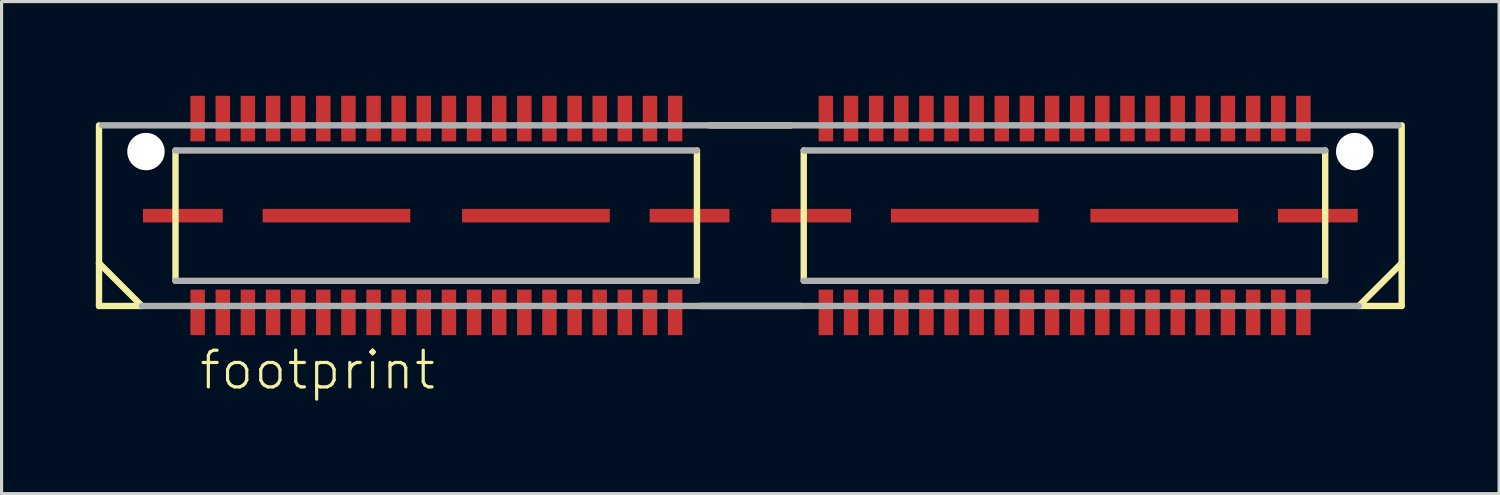
<source format=kicad_pcb>
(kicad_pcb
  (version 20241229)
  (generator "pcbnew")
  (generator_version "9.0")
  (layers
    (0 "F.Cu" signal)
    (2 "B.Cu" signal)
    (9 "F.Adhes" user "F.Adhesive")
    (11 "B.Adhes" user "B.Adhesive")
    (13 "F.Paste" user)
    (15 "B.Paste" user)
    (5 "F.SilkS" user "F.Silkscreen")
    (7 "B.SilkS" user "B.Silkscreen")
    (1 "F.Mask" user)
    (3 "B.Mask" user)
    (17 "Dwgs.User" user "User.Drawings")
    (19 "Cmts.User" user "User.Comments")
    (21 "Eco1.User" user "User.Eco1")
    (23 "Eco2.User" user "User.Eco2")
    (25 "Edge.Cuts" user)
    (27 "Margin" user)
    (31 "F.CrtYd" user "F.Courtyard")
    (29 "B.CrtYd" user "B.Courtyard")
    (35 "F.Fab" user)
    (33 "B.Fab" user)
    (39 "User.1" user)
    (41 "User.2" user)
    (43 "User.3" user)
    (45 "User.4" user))
  (footprint "footprint"
    (layer "F.Cu")
    (at 20.837 3.815)
    (property "Reference" "footprint" (at -17.6 5.6 0) (layer "F.SilkS") (effects (font (size 1.168 1.168) (thickness 0.102)) (justify left bottom)))
    (fp_line (start -20.735 -2.875) (end -20.735 1.51) (stroke (width 0.203) (type solid)) (layer "F.SilkS"))
    (fp_line (start -20.735 1.51) (end -20.735 2.875) (stroke (width 0.203) (type solid)) (layer "F.SilkS"))
    (fp_line (start -20.735 1.51) (end -19.37 2.875) (stroke (width 0.203) (type solid)) (layer "F.SilkS"))
    (fp_line (start -20.735 2.875) (end -19.37 2.875) (stroke (width 0.203) (type solid)) (layer "F.SilkS"))
    (fp_line (start -18.3 2.075) (end -18.3 -2.075) (stroke (width 0.203) (type solid)) (layer "F.SilkS"))
    (fp_line (start -1.7 -2.075) (end -1.7 2.075) (stroke (width 0.203) (type solid)) (layer "F.SilkS"))
    (fp_line (start 1.3 -2.875) (end -1.3 -2.875) (stroke (width 0.203) (type solid)) (layer "F.SilkS"))
    (fp_line (start 1.6 2.875) (end -1.6 2.875) (stroke (width 0.203) (type solid)) (layer "F.SilkS"))
    (fp_line (start 1.7 2.075) (end 1.7 -2.075) (stroke (width 0.203) (type solid)) (layer "F.SilkS"))
    (fp_line (start 18.3 -2.075) (end 18.3 2.075) (stroke (width 0.203) (type solid)) (layer "F.SilkS"))
    (fp_line (start 19.37 2.875) (end 20.735 1.51) (stroke (width 0.203) (type solid)) (layer "F.SilkS"))
    (fp_line (start 19.37 2.875) (end 20.735 2.875) (stroke (width 0.203) (type solid)) (layer "F.SilkS"))
    (fp_line (start 20.735 1.51) (end 20.735 -2.875) (stroke (width 0.203) (type solid)) (layer "F.SilkS"))
    (fp_line (start 20.735 2.875) (end 20.735 1.51) (stroke (width 0.203) (type solid)) (layer "F.SilkS"))
    (fp_line (start -20.635 -2.875) (end 20.635 -2.875) (stroke (width 0.203) (type solid)) (layer "F.Fab"))
    (fp_line (start -19.37 2.875) (end 19.37 2.875) (stroke (width 0.203) (type solid)) (layer "F.Fab"))
    (fp_line (start -18.3 -2.075) (end -1.7 -2.075) (stroke (width 0.203) (type solid)) (layer "F.Fab"))
    (fp_line (start -1.7 2.075) (end -18.3 2.075) (stroke (width 0.203) (type solid)) (layer "F.Fab"))
    (fp_line (start 1.7 -2.075) (end 18.3 -2.075) (stroke (width 0.203) (type solid)) (layer "F.Fab"))
    (fp_line (start 18.3 2.075) (end 1.7 2.075) (stroke (width 0.203) (type solid)) (layer "F.Fab"))
    (pad "" np_thru_hole circle (at -19.24 -2.04) (size 1.19 1.19) (drill 1.19) (layers "*.Cu" "*.Mask"))
    (pad "" np_thru_hole circle (at 19.24 -2.04) (size 1.19 1.19) (drill 1.19) (layers "*.Cu" "*.Mask"))
    (pad "1" smd rect (at -17.595 -3.09) (size 0.46 1.45) (layers "F.Cu" "F.Mask" "F.Paste"))
    (pad "2" smd rect (at -17.595 3.08) (size 0.46 1.45) (layers "F.Cu" "F.Mask" "F.Paste"))
    (pad "3" smd rect (at -16.795 -3.09) (size 0.46 1.45) (layers "F.Cu" "F.Mask" "F.Paste"))
    (pad "4" smd rect (at -16.795 3.08) (size 0.46 1.45) (layers "F.Cu" "F.Mask" "F.Paste"))
    (pad "5" smd rect (at -15.995 -3.09) (size 0.46 1.45) (layers "F.Cu" "F.Mask" "F.Paste"))
    (pad "6" smd rect (at -15.995 3.08) (size 0.46 1.45) (layers "F.Cu" "F.Mask" "F.Paste"))
    (pad "7" smd rect (at -15.195 -3.09) (size 0.46 1.45) (layers "F.Cu" "F.Mask" "F.Paste"))
    (pad "8" smd rect (at -15.195 3.08) (size 0.46 1.45) (layers "F.Cu" "F.Mask" "F.Paste"))
    (pad "9" smd rect (at -14.395 -3.09) (size 0.46 1.45) (layers "F.Cu" "F.Mask" "F.Paste"))
    (pad "10" smd rect (at -14.395 3.08) (size 0.46 1.45) (layers "F.Cu" "F.Mask" "F.Paste"))
    (pad "11" smd rect (at -13.595 -3.09) (size 0.46 1.45) (layers "F.Cu" "F.Mask" "F.Paste"))
    (pad "12" smd rect (at -13.595 3.08) (size 0.46 1.45) (layers "F.Cu" "F.Mask" "F.Paste"))
    (pad "13" smd rect (at -12.795 -3.09) (size 0.46 1.45) (layers "F.Cu" "F.Mask" "F.Paste"))
    (pad "14" smd rect (at -12.795 3.08) (size 0.46 1.45) (layers "F.Cu" "F.Mask" "F.Paste"))
    (pad "15" smd rect (at -11.995 -3.09) (size 0.46 1.45) (layers "F.Cu" "F.Mask" "F.Paste"))
    (pad "16" smd rect (at -11.995 3.08) (size 0.46 1.45) (layers "F.Cu" "F.Mask" "F.Paste"))
    (pad "17" smd rect (at -11.195 -3.09) (size 0.46 1.45) (layers "F.Cu" "F.Mask" "F.Paste"))
    (pad "18" smd rect (at -11.195 3.08) (size 0.46 1.45) (layers "F.Cu" "F.Mask" "F.Paste"))
    (pad "19" smd rect (at -10.395 -3.09) (size 0.46 1.45) (layers "F.Cu" "F.Mask" "F.Paste"))
    (pad "20" smd rect (at -10.395 3.08) (size 0.46 1.45) (layers "F.Cu" "F.Mask" "F.Paste"))
    (pad "21" smd rect (at -9.595 -3.09) (size 0.46 1.45) (layers "F.Cu" "F.Mask" "F.Paste"))
    (pad "22" smd rect (at -9.595 3.08) (size 0.46 1.45) (layers "F.Cu" "F.Mask" "F.Paste"))
    (pad "23" smd rect (at -8.795 -3.09) (size 0.46 1.45) (layers "F.Cu" "F.Mask" "F.Paste"))
    (pad "24" smd rect (at -8.795 3.08) (size 0.46 1.45) (layers "F.Cu" "F.Mask" "F.Paste"))
    (pad "25" smd rect (at -7.995 -3.09) (size 0.46 1.45) (layers "F.Cu" "F.Mask" "F.Paste"))
    (pad "26" smd rect (at -7.995 3.08) (size 0.46 1.45) (layers "F.Cu" "F.Mask" "F.Paste"))
    (pad "27" smd rect (at -7.195 -3.09) (size 0.46 1.45) (layers "F.Cu" "F.Mask" "F.Paste"))
    (pad "28" smd rect (at -7.195 3.08) (size 0.46 1.45) (layers "F.Cu" "F.Mask" "F.Paste"))
    (pad "29" smd rect (at -6.395 -3.09) (size 0.46 1.45) (layers "F.Cu" "F.Mask" "F.Paste"))
    (pad "30" smd rect (at -6.395 3.08) (size 0.46 1.45) (layers "F.Cu" "F.Mask" "F.Paste"))
    (pad "31" smd rect (at -5.595 -3.09) (size 0.46 1.45) (layers "F.Cu" "F.Mask" "F.Paste"))
    (pad "32" smd rect (at -5.595 3.08) (size 0.46 1.45) (layers "F.Cu" "F.Mask" "F.Paste"))
    (pad "33" smd rect (at -4.795 -3.09) (size 0.46 1.45) (layers "F.Cu" "F.Mask" "F.Paste"))
    (pad "34" smd rect (at -4.795 3.08) (size 0.46 1.45) (layers "F.Cu" "F.Mask" "F.Paste"))
    (pad "35" smd rect (at -3.995 -3.09) (size 0.46 1.45) (layers "F.Cu" "F.Mask" "F.Paste"))
    (pad "36" smd rect (at -3.995 3.08) (size 0.46 1.45) (layers "F.Cu" "F.Mask" "F.Paste"))
    (pad "37" smd rect (at -3.195 -3.09) (size 0.46 1.45) (layers "F.Cu" "F.Mask" "F.Paste"))
    (pad "38" smd rect (at -3.195 3.08) (size 0.46 1.45) (layers "F.Cu" "F.Mask" "F.Paste"))
    (pad "39" smd rect (at -2.395 -3.09) (size 0.46 1.45) (layers "F.Cu" "F.Mask" "F.Paste"))
    (pad "40" smd rect (at -2.395 3.08) (size 0.46 1.45) (layers "F.Cu" "F.Mask" "F.Paste"))
    (pad "41" smd rect (at 2.405 -3.09) (size 0.46 1.45) (layers "F.Cu" "F.Mask" "F.Paste"))
    (pad "42" smd rect (at 2.405 3.08) (size 0.46 1.45) (layers "F.Cu" "F.Mask" "F.Paste"))
    (pad "43" smd rect (at 3.205 -3.09) (size 0.46 1.45) (layers "F.Cu" "F.Mask" "F.Paste"))
    (pad "44" smd rect (at 3.205 3.08) (size 0.46 1.45) (layers "F.Cu" "F.Mask" "F.Paste"))
    (pad "45" smd rect (at 4.005 -3.09) (size 0.46 1.45) (layers "F.Cu" "F.Mask" "F.Paste"))
    (pad "46" smd rect (at 4.005 3.08) (size 0.46 1.45) (layers "F.Cu" "F.Mask" "F.Paste"))
    (pad "47" smd rect (at 4.805 -3.09) (size 0.46 1.45) (layers "F.Cu" "F.Mask" "F.Paste"))
    (pad "48" smd rect (at 4.805 3.08) (size 0.46 1.45) (layers "F.Cu" "F.Mask" "F.Paste"))
    (pad "49" smd rect (at 5.605 -3.09) (size 0.46 1.45) (layers "F.Cu" "F.Mask" "F.Paste"))
    (pad "50" smd rect (at 5.605 3.08) (size 0.46 1.45) (layers "F.Cu" "F.Mask" "F.Paste"))
    (pad "51" smd rect (at 6.405 -3.09) (size 0.46 1.45) (layers "F.Cu" "F.Mask" "F.Paste"))
    (pad "52" smd rect (at 6.405 3.08) (size 0.46 1.45) (layers "F.Cu" "F.Mask" "F.Paste"))
    (pad "53" smd rect (at 7.205 -3.09) (size 0.46 1.45) (layers "F.Cu" "F.Mask" "F.Paste"))
    (pad "54" smd rect (at 7.205 3.08) (size 0.46 1.45) (layers "F.Cu" "F.Mask" "F.Paste"))
    (pad "55" smd rect (at 8.005 -3.09) (size 0.46 1.45) (layers "F.Cu" "F.Mask" "F.Paste"))
    (pad "56" smd rect (at 8.005 3.08) (size 0.46 1.45) (layers "F.Cu" "F.Mask" "F.Paste"))
    (pad "57" smd rect (at 8.805 -3.09) (size 0.46 1.45) (layers "F.Cu" "F.Mask" "F.Paste"))
    (pad "58" smd rect (at 8.805 3.08) (size 0.46 1.45) (layers "F.Cu" "F.Mask" "F.Paste"))
    (pad "59" smd rect (at 9.605 -3.09) (size 0.46 1.45) (layers "F.Cu" "F.Mask" "F.Paste"))
    (pad "60" smd rect (at 9.605 3.08) (size 0.46 1.45) (layers "F.Cu" "F.Mask" "F.Paste"))
    (pad "61" smd rect (at 10.405 -3.09) (size 0.46 1.45) (layers "F.Cu" "F.Mask" "F.Paste"))
    (pad "62" smd rect (at 10.405 3.08) (size 0.46 1.45) (layers "F.Cu" "F.Mask" "F.Paste"))
    (pad "63" smd rect (at 11.205 -3.09) (size 0.46 1.45) (layers "F.Cu" "F.Mask" "F.Paste"))
    (pad "64" smd rect (at 11.205 3.08) (size 0.46 1.45) (layers "F.Cu" "F.Mask" "F.Paste"))
    (pad "65" smd rect (at 12.005 -3.09) (size 0.46 1.45) (layers "F.Cu" "F.Mask" "F.Paste"))
    (pad "66" smd rect (at 12.005 3.08) (size 0.46 1.45) (layers "F.Cu" "F.Mask" "F.Paste"))
    (pad "67" smd rect (at 12.805 -3.09) (size 0.46 1.45) (layers "F.Cu" "F.Mask" "F.Paste"))
    (pad "68" smd rect (at 12.805 3.08) (size 0.46 1.45) (layers "F.Cu" "F.Mask" "F.Paste"))
    (pad "69" smd rect (at 13.605 -3.09) (size 0.46 1.45) (layers "F.Cu" "F.Mask" "F.Paste"))
    (pad "70" smd rect (at 13.605 3.08) (size 0.46 1.45) (layers "F.Cu" "F.Mask" "F.Paste"))
    (pad "71" smd rect (at 14.405 -3.09) (size 0.46 1.45) (layers "F.Cu" "F.Mask" "F.Paste"))
    (pad "72" smd rect (at 14.405 3.08) (size 0.46 1.45) (layers "F.Cu" "F.Mask" "F.Paste"))
    (pad "73" smd rect (at 15.205 -3.09) (size 0.46 1.45) (layers "F.Cu" "F.Mask" "F.Paste"))
    (pad "74" smd rect (at 15.205 3.08) (size 0.46 1.45) (layers "F.Cu" "F.Mask" "F.Paste"))
    (pad "75" smd rect (at 16.005 -3.09) (size 0.46 1.45) (layers "F.Cu" "F.Mask" "F.Paste"))
    (pad "76" smd rect (at 16.005 3.08) (size 0.46 1.45) (layers "F.Cu" "F.Mask" "F.Paste"))
    (pad "77" smd rect (at 16.805 -3.09) (size 0.46 1.45) (layers "F.Cu" "F.Mask" "F.Paste"))
    (pad "78" smd rect (at 16.805 3.08) (size 0.46 1.45) (layers "F.Cu" "F.Mask" "F.Paste"))
    (pad "79" smd rect (at 17.605 -3.09) (size 0.46 1.45) (layers "F.Cu" "F.Mask" "F.Paste"))
    (pad "80" smd rect (at 17.605 3.08) (size 0.46 1.45) (layers "F.Cu" "F.Mask" "F.Paste"))
    (pad "M1" smd rect (at -18.065 0) (size 2.54 0.43) (layers "F.Cu" "F.Mask" "F.Paste"))
    (pad "M2" smd rect (at -1.935 0) (size 2.54 0.43) (layers "F.Cu" "F.Mask" "F.Paste"))
    (pad "M3" smd rect (at -13.175 0) (size 4.7 0.43) (layers "F.Cu" "F.Mask" "F.Paste"))
    (pad "M4" smd rect (at -6.825 0) (size 4.7 0.43) (layers "F.Cu" "F.Mask" "F.Paste"))
    (pad "M5" smd rect (at 1.935 0) (size 2.54 0.43) (layers "F.Cu" "F.Mask" "F.Paste"))
    (pad "M6" smd rect (at 18.065 0) (size 2.54 0.43) (layers "F.Cu" "F.Mask" "F.Paste"))
    (pad "M7" smd rect (at 6.825 0) (size 4.7 0.43) (layers "F.Cu" "F.Mask" "F.Paste"))
    (pad "M8" smd rect (at 13.175 0) (size 4.7 0.43) (layers "F.Cu" "F.Mask" "F.Paste")))
  (gr_rect
    (start -3 -3)
    (end 44.673 12.665)
    (stroke (width 0.1) (type default))
    (fill no)
    (layer "Edge.Cuts")))
</source>
